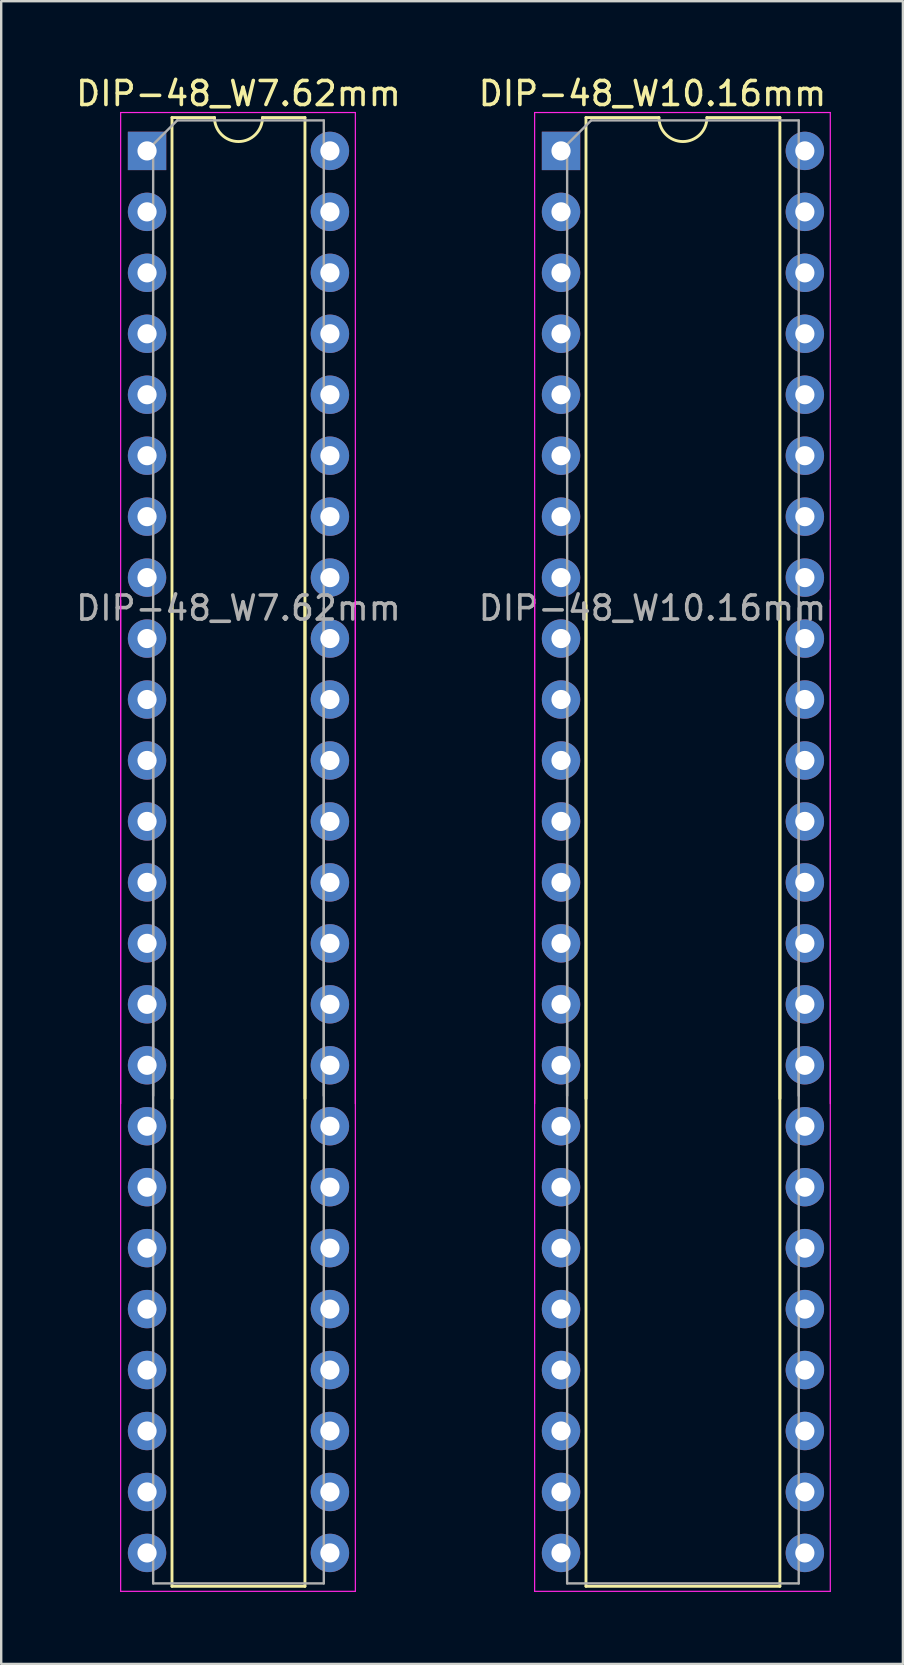
<source format=kicad_pcb>
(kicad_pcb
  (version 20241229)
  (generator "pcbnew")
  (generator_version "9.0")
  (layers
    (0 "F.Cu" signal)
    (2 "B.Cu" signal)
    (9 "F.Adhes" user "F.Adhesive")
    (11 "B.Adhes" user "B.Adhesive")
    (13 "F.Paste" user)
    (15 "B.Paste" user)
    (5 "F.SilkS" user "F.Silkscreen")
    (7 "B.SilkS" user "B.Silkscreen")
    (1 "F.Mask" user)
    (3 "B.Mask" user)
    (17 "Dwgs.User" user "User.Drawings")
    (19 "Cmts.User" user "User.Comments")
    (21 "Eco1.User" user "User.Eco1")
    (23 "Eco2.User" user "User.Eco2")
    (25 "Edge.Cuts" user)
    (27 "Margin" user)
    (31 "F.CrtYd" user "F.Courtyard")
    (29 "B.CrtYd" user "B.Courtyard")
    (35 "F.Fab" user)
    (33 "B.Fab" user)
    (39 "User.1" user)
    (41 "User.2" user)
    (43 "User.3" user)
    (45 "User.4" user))
  (footprint "DIP-48_W10.16mm"
    (layer "F.Cu")
    (at 20.327 3.238)
    (property "Reference" "DIP-48_W10.16mm" (at 3.81 -2.39 0) (layer "F.SilkS") (effects (font (size 1 1) (thickness 0.15))))
    (attr through_hole)
    (fp_line (start 1.04 -1.39) (end 1.04 39.49) (stroke (width 0.12) (type solid)) (layer "F.SilkS"))
    (fp_line (start 1.04 18.93) (end 1.04 59.81) (stroke (width 0.12) (type solid)) (layer "F.SilkS"))
    (fp_line (start 1.04 59.81) (end 9.12 59.81) (stroke (width 0.12) (type solid)) (layer "F.SilkS"))
    (fp_line (start 4.08 -1.39) (end 1.04 -1.39) (stroke (width 0.12) (type solid)) (layer "F.SilkS"))
    (fp_line (start 9.12 -1.39) (end 6.08 -1.39) (stroke (width 0.12) (type solid)) (layer "F.SilkS"))
    (fp_line (start 9.12 39.49) (end 9.12 -1.39) (stroke (width 0.12) (type solid)) (layer "F.SilkS"))
    (fp_line (start 9.12 59.81) (end 9.12 18.93) (stroke (width 0.12) (type solid)) (layer "F.SilkS"))
    (fp_arc (start 6.08 -1.39) (mid 5.08 -0.39) (end 4.08 -1.39) (stroke (width 0.12) (type solid)) (layer "F.SilkS"))
    (fp_line (start -1.1 -1.6) (end -1.1 39.7) (stroke (width 0.05) (type solid)) (layer "F.CrtYd"))
    (fp_line (start -1.1 18.72) (end -1.1 60.02) (stroke (width 0.05) (type solid)) (layer "F.CrtYd"))
    (fp_line (start -1.1 60.02) (end 11.22 60.02) (stroke (width 0.05) (type solid)) (layer "F.CrtYd"))
    (fp_line (start 11.22 -1.6) (end -1.1 -1.6) (stroke (width 0.05) (type solid)) (layer "F.CrtYd"))
    (fp_line (start 11.22 39.7) (end 11.22 -1.6) (stroke (width 0.05) (type solid)) (layer "F.CrtYd"))
    (fp_line (start 11.22 60.02) (end 11.22 18.72) (stroke (width 0.05) (type solid)) (layer "F.CrtYd"))
    (fp_line (start 0.255 -0.27) (end 1.255 -1.27) (stroke (width 0.1) (type solid)) (layer "F.Fab"))
    (fp_line (start 0.255 39.37) (end 0.255 -0.27) (stroke (width 0.1) (type solid)) (layer "F.Fab"))
    (fp_line (start 0.255 59.69) (end 0.255 20.05) (stroke (width 0.1) (type solid)) (layer "F.Fab"))
    (fp_line (start 1.255 -1.27) (end 9.905 -1.27) (stroke (width 0.1) (type solid)) (layer "F.Fab"))
    (fp_line (start 9.905 -1.27) (end 9.905 39.37) (stroke (width 0.1) (type solid)) (layer "F.Fab"))
    (fp_line (start 9.905 19.05) (end 9.905 59.69) (stroke (width 0.1) (type solid)) (layer "F.Fab"))
    (fp_line (start 9.905 59.69) (end 0.255 59.69) (stroke (width 0.1) (type solid)) (layer "F.Fab"))
    (fp_text user "${REFERENCE}" (at 3.81 19.05 0) (layer "F.Fab") (effects (font (size 1 1) (thickness 0.15))))
    (pad "1" thru_hole rect (at 0 0) (size 1.6 1.6) (drill 0.8) (layers "*.Cu" "*.Mask"))
    (pad "2" thru_hole oval (at 0 2.54) (size 1.6 1.6) (drill 0.8) (layers "*.Cu" "*.Mask"))
    (pad "3" thru_hole oval (at 0 5.08) (size 1.6 1.6) (drill 0.8) (layers "*.Cu" "*.Mask"))
    (pad "4" thru_hole oval (at 0 7.62) (size 1.6 1.6) (drill 0.8) (layers "*.Cu" "*.Mask"))
    (pad "5" thru_hole oval (at 0 10.16) (size 1.6 1.6) (drill 0.8) (layers "*.Cu" "*.Mask"))
    (pad "6" thru_hole oval (at 0 12.7) (size 1.6 1.6) (drill 0.8) (layers "*.Cu" "*.Mask"))
    (pad "7" thru_hole oval (at 0 15.24) (size 1.6 1.6) (drill 0.8) (layers "*.Cu" "*.Mask"))
    (pad "8" thru_hole oval (at 0 17.78) (size 1.6 1.6) (drill 0.8) (layers "*.Cu" "*.Mask"))
    (pad "9" thru_hole oval (at 0 20.32) (size 1.6 1.6) (drill 0.8) (layers "*.Cu" "*.Mask"))
    (pad "10" thru_hole oval (at 0 22.86) (size 1.6 1.6) (drill 0.8) (layers "*.Cu" "*.Mask"))
    (pad "11" thru_hole oval (at 0 25.4) (size 1.6 1.6) (drill 0.8) (layers "*.Cu" "*.Mask"))
    (pad "12" thru_hole oval (at 0 27.94) (size 1.6 1.6) (drill 0.8) (layers "*.Cu" "*.Mask"))
    (pad "13" thru_hole oval (at 0 30.48) (size 1.6 1.6) (drill 0.8) (layers "*.Cu" "*.Mask"))
    (pad "14" thru_hole oval (at 0 33.02) (size 1.6 1.6) (drill 0.8) (layers "*.Cu" "*.Mask"))
    (pad "15" thru_hole oval (at 0 35.56) (size 1.6 1.6) (drill 0.8) (layers "*.Cu" "*.Mask"))
    (pad "16" thru_hole oval (at 0 38.1) (size 1.6 1.6) (drill 0.8) (layers "*.Cu" "*.Mask"))
    (pad "17" thru_hole oval (at 0 40.64) (size 1.6 1.6) (drill 0.8) (layers "*.Cu" "*.Mask"))
    (pad "18" thru_hole oval (at 0 43.18) (size 1.6 1.6) (drill 0.8) (layers "*.Cu" "*.Mask"))
    (pad "19" thru_hole oval (at 0 45.72) (size 1.6 1.6) (drill 0.8) (layers "*.Cu" "*.Mask"))
    (pad "20" thru_hole oval (at 0 48.26) (size 1.6 1.6) (drill 0.8) (layers "*.Cu" "*.Mask"))
    (pad "21" thru_hole oval (at 0 50.8) (size 1.6 1.6) (drill 0.8) (layers "*.Cu" "*.Mask"))
    (pad "22" thru_hole oval (at 0 53.34) (size 1.6 1.6) (drill 0.8) (layers "*.Cu" "*.Mask"))
    (pad "23" thru_hole oval (at 0 55.88) (size 1.6 1.6) (drill 0.8) (layers "*.Cu" "*.Mask"))
    (pad "24" thru_hole oval (at 0 58.42) (size 1.6 1.6) (drill 0.8) (layers "*.Cu" "*.Mask"))
    (pad "25" thru_hole oval (at 10.16 58.42) (size 1.6 1.6) (drill 0.8) (layers "*.Cu" "*.Mask"))
    (pad "26" thru_hole oval (at 10.16 55.88) (size 1.6 1.6) (drill 0.8) (layers "*.Cu" "*.Mask"))
    (pad "27" thru_hole oval (at 10.16 53.34) (size 1.6 1.6) (drill 0.8) (layers "*.Cu" "*.Mask"))
    (pad "28" thru_hole oval (at 10.16 50.8) (size 1.6 1.6) (drill 0.8) (layers "*.Cu" "*.Mask"))
    (pad "29" thru_hole oval (at 10.16 48.26) (size 1.6 1.6) (drill 0.8) (layers "*.Cu" "*.Mask"))
    (pad "30" thru_hole oval (at 10.16 45.72) (size 1.6 1.6) (drill 0.8) (layers "*.Cu" "*.Mask"))
    (pad "31" thru_hole oval (at 10.16 43.18) (size 1.6 1.6) (drill 0.8) (layers "*.Cu" "*.Mask"))
    (pad "32" thru_hole oval (at 10.16 40.64) (size 1.6 1.6) (drill 0.8) (layers "*.Cu" "*.Mask"))
    (pad "33" thru_hole oval (at 10.16 38.1) (size 1.6 1.6) (drill 0.8) (layers "*.Cu" "*.Mask"))
    (pad "34" thru_hole oval (at 10.16 35.56) (size 1.6 1.6) (drill 0.8) (layers "*.Cu" "*.Mask"))
    (pad "35" thru_hole oval (at 10.16 33.02) (size 1.6 1.6) (drill 0.8) (layers "*.Cu" "*.Mask"))
    (pad "36" thru_hole oval (at 10.16 30.48) (size 1.6 1.6) (drill 0.8) (layers "*.Cu" "*.Mask"))
    (pad "37" thru_hole oval (at 10.16 27.94) (size 1.6 1.6) (drill 0.8) (layers "*.Cu" "*.Mask"))
    (pad "38" thru_hole oval (at 10.16 25.4) (size 1.6 1.6) (drill 0.8) (layers "*.Cu" "*.Mask"))
    (pad "39" thru_hole oval (at 10.16 22.86) (size 1.6 1.6) (drill 0.8) (layers "*.Cu" "*.Mask"))
    (pad "40" thru_hole oval (at 10.16 20.32) (size 1.6 1.6) (drill 0.8) (layers "*.Cu" "*.Mask"))
    (pad "41" thru_hole oval (at 10.16 17.78) (size 1.6 1.6) (drill 0.8) (layers "*.Cu" "*.Mask"))
    (pad "42" thru_hole oval (at 10.16 15.24) (size 1.6 1.6) (drill 0.8) (layers "*.Cu" "*.Mask"))
    (pad "43" thru_hole oval (at 10.16 12.7) (size 1.6 1.6) (drill 0.8) (layers "*.Cu" "*.Mask"))
    (pad "44" thru_hole oval (at 10.16 10.16) (size 1.6 1.6) (drill 0.8) (layers "*.Cu" "*.Mask"))
    (pad "45" thru_hole oval (at 10.16 7.62) (size 1.6 1.6) (drill 0.8) (layers "*.Cu" "*.Mask"))
    (pad "46" thru_hole oval (at 10.16 5.08) (size 1.6 1.6) (drill 0.8) (layers "*.Cu" "*.Mask"))
    (pad "47" thru_hole oval (at 10.16 2.54) (size 1.6 1.6) (drill 0.8) (layers "*.Cu" "*.Mask"))
    (pad "48" thru_hole oval (at 10.16 0) (size 1.6 1.6) (drill 0.8) (layers "*.Cu" "*.Mask")))
  (footprint "DIP-48_W7.62mm"
    (layer "F.Cu")
    (at 3.077 3.238)
    (property "Reference" "DIP-48_W7.62mm" (at 3.81 -2.39 0) (layer "F.SilkS") (effects (font (size 1 1) (thickness 0.15))))
    (attr through_hole)
    (fp_line (start 1.04 -1.39) (end 1.04 39.49) (stroke (width 0.12) (type solid)) (layer "F.SilkS"))
    (fp_line (start 1.04 18.93) (end 1.04 59.81) (stroke (width 0.12) (type solid)) (layer "F.SilkS"))
    (fp_line (start 1.04 59.81) (end 6.58 59.81) (stroke (width 0.12) (type solid)) (layer "F.SilkS"))
    (fp_line (start 2.81 -1.39) (end 1.04 -1.39) (stroke (width 0.12) (type solid)) (layer "F.SilkS"))
    (fp_line (start 6.58 -1.39) (end 4.81 -1.39) (stroke (width 0.12) (type solid)) (layer "F.SilkS"))
    (fp_line (start 6.58 39.49) (end 6.58 -1.39) (stroke (width 0.12) (type solid)) (layer "F.SilkS"))
    (fp_line (start 6.58 59.81) (end 6.58 18.93) (stroke (width 0.12) (type solid)) (layer "F.SilkS"))
    (fp_arc (start 4.81 -1.39) (mid 3.81 -0.39) (end 2.81 -1.39) (stroke (width 0.12) (type solid)) (layer "F.SilkS"))
    (fp_line (start -1.1 -1.6) (end -1.1 39.7) (stroke (width 0.05) (type solid)) (layer "F.CrtYd"))
    (fp_line (start -1.1 18.72) (end -1.1 60.02) (stroke (width 0.05) (type solid)) (layer "F.CrtYd"))
    (fp_line (start -1.1 60.02) (end 8.68 60.02) (stroke (width 0.05) (type solid)) (layer "F.CrtYd"))
    (fp_line (start 8.68 -1.6) (end -1.1 -1.6) (stroke (width 0.05) (type solid)) (layer "F.CrtYd"))
    (fp_line (start 8.68 39.7) (end 8.68 -1.6) (stroke (width 0.05) (type solid)) (layer "F.CrtYd"))
    (fp_line (start 8.68 60.02) (end 8.68 18.72) (stroke (width 0.05) (type solid)) (layer "F.CrtYd"))
    (fp_line (start 0.255 -0.27) (end 1.255 -1.27) (stroke (width 0.1) (type solid)) (layer "F.Fab"))
    (fp_line (start 0.255 39.37) (end 0.255 -0.27) (stroke (width 0.1) (type solid)) (layer "F.Fab"))
    (fp_line (start 0.255 59.69) (end 0.255 20.05) (stroke (width 0.1) (type solid)) (layer "F.Fab"))
    (fp_line (start 1.255 -1.27) (end 7.365 -1.27) (stroke (width 0.1) (type solid)) (layer "F.Fab"))
    (fp_line (start 7.365 -1.27) (end 7.365 39.37) (stroke (width 0.1) (type solid)) (layer "F.Fab"))
    (fp_line (start 7.365 19.05) (end 7.365 59.69) (stroke (width 0.1) (type solid)) (layer "F.Fab"))
    (fp_line (start 7.365 59.69) (end 0.255 59.69) (stroke (width 0.1) (type solid)) (layer "F.Fab"))
    (fp_text user "${REFERENCE}" (at 3.81 19.05 0) (layer "F.Fab") (effects (font (size 1 1) (thickness 0.15))))
    (pad "1" thru_hole rect (at 0 0) (size 1.6 1.6) (drill 0.8) (layers "*.Cu" "*.Mask"))
    (pad "2" thru_hole oval (at 0 2.54) (size 1.6 1.6) (drill 0.8) (layers "*.Cu" "*.Mask"))
    (pad "3" thru_hole oval (at 0 5.08) (size 1.6 1.6) (drill 0.8) (layers "*.Cu" "*.Mask"))
    (pad "4" thru_hole oval (at 0 7.62) (size 1.6 1.6) (drill 0.8) (layers "*.Cu" "*.Mask"))
    (pad "5" thru_hole oval (at 0 10.16) (size 1.6 1.6) (drill 0.8) (layers "*.Cu" "*.Mask"))
    (pad "6" thru_hole oval (at 0 12.7) (size 1.6 1.6) (drill 0.8) (layers "*.Cu" "*.Mask"))
    (pad "7" thru_hole oval (at 0 15.24) (size 1.6 1.6) (drill 0.8) (layers "*.Cu" "*.Mask"))
    (pad "8" thru_hole oval (at 0 17.78) (size 1.6 1.6) (drill 0.8) (layers "*.Cu" "*.Mask"))
    (pad "9" thru_hole oval (at 0 20.32) (size 1.6 1.6) (drill 0.8) (layers "*.Cu" "*.Mask"))
    (pad "10" thru_hole oval (at 0 22.86) (size 1.6 1.6) (drill 0.8) (layers "*.Cu" "*.Mask"))
    (pad "11" thru_hole oval (at 0 25.4) (size 1.6 1.6) (drill 0.8) (layers "*.Cu" "*.Mask"))
    (pad "12" thru_hole oval (at 0 27.94) (size 1.6 1.6) (drill 0.8) (layers "*.Cu" "*.Mask"))
    (pad "13" thru_hole oval (at 0 30.48) (size 1.6 1.6) (drill 0.8) (layers "*.Cu" "*.Mask"))
    (pad "14" thru_hole oval (at 0 33.02) (size 1.6 1.6) (drill 0.8) (layers "*.Cu" "*.Mask"))
    (pad "15" thru_hole oval (at 0 35.56) (size 1.6 1.6) (drill 0.8) (layers "*.Cu" "*.Mask"))
    (pad "16" thru_hole oval (at 0 38.1) (size 1.6 1.6) (drill 0.8) (layers "*.Cu" "*.Mask"))
    (pad "17" thru_hole oval (at 0 40.64) (size 1.6 1.6) (drill 0.8) (layers "*.Cu" "*.Mask"))
    (pad "18" thru_hole oval (at 0 43.18) (size 1.6 1.6) (drill 0.8) (layers "*.Cu" "*.Mask"))
    (pad "19" thru_hole oval (at 0 45.72) (size 1.6 1.6) (drill 0.8) (layers "*.Cu" "*.Mask"))
    (pad "20" thru_hole oval (at 0 48.26) (size 1.6 1.6) (drill 0.8) (layers "*.Cu" "*.Mask"))
    (pad "21" thru_hole oval (at 0 50.8) (size 1.6 1.6) (drill 0.8) (layers "*.Cu" "*.Mask"))
    (pad "22" thru_hole oval (at 0 53.34) (size 1.6 1.6) (drill 0.8) (layers "*.Cu" "*.Mask"))
    (pad "23" thru_hole oval (at 0 55.88) (size 1.6 1.6) (drill 0.8) (layers "*.Cu" "*.Mask"))
    (pad "24" thru_hole oval (at 0 58.42) (size 1.6 1.6) (drill 0.8) (layers "*.Cu" "*.Mask"))
    (pad "25" thru_hole oval (at 7.62 58.42) (size 1.6 1.6) (drill 0.8) (layers "*.Cu" "*.Mask"))
    (pad "26" thru_hole oval (at 7.62 55.88) (size 1.6 1.6) (drill 0.8) (layers "*.Cu" "*.Mask"))
    (pad "27" thru_hole oval (at 7.62 53.34) (size 1.6 1.6) (drill 0.8) (layers "*.Cu" "*.Mask"))
    (pad "28" thru_hole oval (at 7.62 50.8) (size 1.6 1.6) (drill 0.8) (layers "*.Cu" "*.Mask"))
    (pad "29" thru_hole oval (at 7.62 48.26) (size 1.6 1.6) (drill 0.8) (layers "*.Cu" "*.Mask"))
    (pad "30" thru_hole oval (at 7.62 45.72) (size 1.6 1.6) (drill 0.8) (layers "*.Cu" "*.Mask"))
    (pad "31" thru_hole oval (at 7.62 43.18) (size 1.6 1.6) (drill 0.8) (layers "*.Cu" "*.Mask"))
    (pad "32" thru_hole oval (at 7.62 40.64) (size 1.6 1.6) (drill 0.8) (layers "*.Cu" "*.Mask"))
    (pad "33" thru_hole oval (at 7.62 38.1) (size 1.6 1.6) (drill 0.8) (layers "*.Cu" "*.Mask"))
    (pad "34" thru_hole oval (at 7.62 35.56) (size 1.6 1.6) (drill 0.8) (layers "*.Cu" "*.Mask"))
    (pad "35" thru_hole oval (at 7.62 33.02) (size 1.6 1.6) (drill 0.8) (layers "*.Cu" "*.Mask"))
    (pad "36" thru_hole oval (at 7.62 30.48) (size 1.6 1.6) (drill 0.8) (layers "*.Cu" "*.Mask"))
    (pad "37" thru_hole oval (at 7.62 27.94) (size 1.6 1.6) (drill 0.8) (layers "*.Cu" "*.Mask"))
    (pad "38" thru_hole oval (at 7.62 25.4) (size 1.6 1.6) (drill 0.8) (layers "*.Cu" "*.Mask"))
    (pad "39" thru_hole oval (at 7.62 22.86) (size 1.6 1.6) (drill 0.8) (layers "*.Cu" "*.Mask"))
    (pad "40" thru_hole oval (at 7.62 20.32) (size 1.6 1.6) (drill 0.8) (layers "*.Cu" "*.Mask"))
    (pad "41" thru_hole oval (at 7.62 17.78) (size 1.6 1.6) (drill 0.8) (layers "*.Cu" "*.Mask"))
    (pad "42" thru_hole oval (at 7.62 15.24) (size 1.6 1.6) (drill 0.8) (layers "*.Cu" "*.Mask"))
    (pad "43" thru_hole oval (at 7.62 12.7) (size 1.6 1.6) (drill 0.8) (layers "*.Cu" "*.Mask"))
    (pad "44" thru_hole oval (at 7.62 10.16) (size 1.6 1.6) (drill 0.8) (layers "*.Cu" "*.Mask"))
    (pad "45" thru_hole oval (at 7.62 7.62) (size 1.6 1.6) (drill 0.8) (layers "*.Cu" "*.Mask"))
    (pad "46" thru_hole oval (at 7.62 5.08) (size 1.6 1.6) (drill 0.8) (layers "*.Cu" "*.Mask"))
    (pad "47" thru_hole oval (at 7.62 2.54) (size 1.6 1.6) (drill 0.8) (layers "*.Cu" "*.Mask"))
    (pad "48" thru_hole oval (at 7.62 0) (size 1.6 1.6) (drill 0.8) (layers "*.Cu" "*.Mask")))
  (gr_rect
    (start -3 -3)
    (end 34.572 66.283)
    (stroke (width 0.1) (type default))
    (fill no)
    (layer "Edge.Cuts")))
</source>
